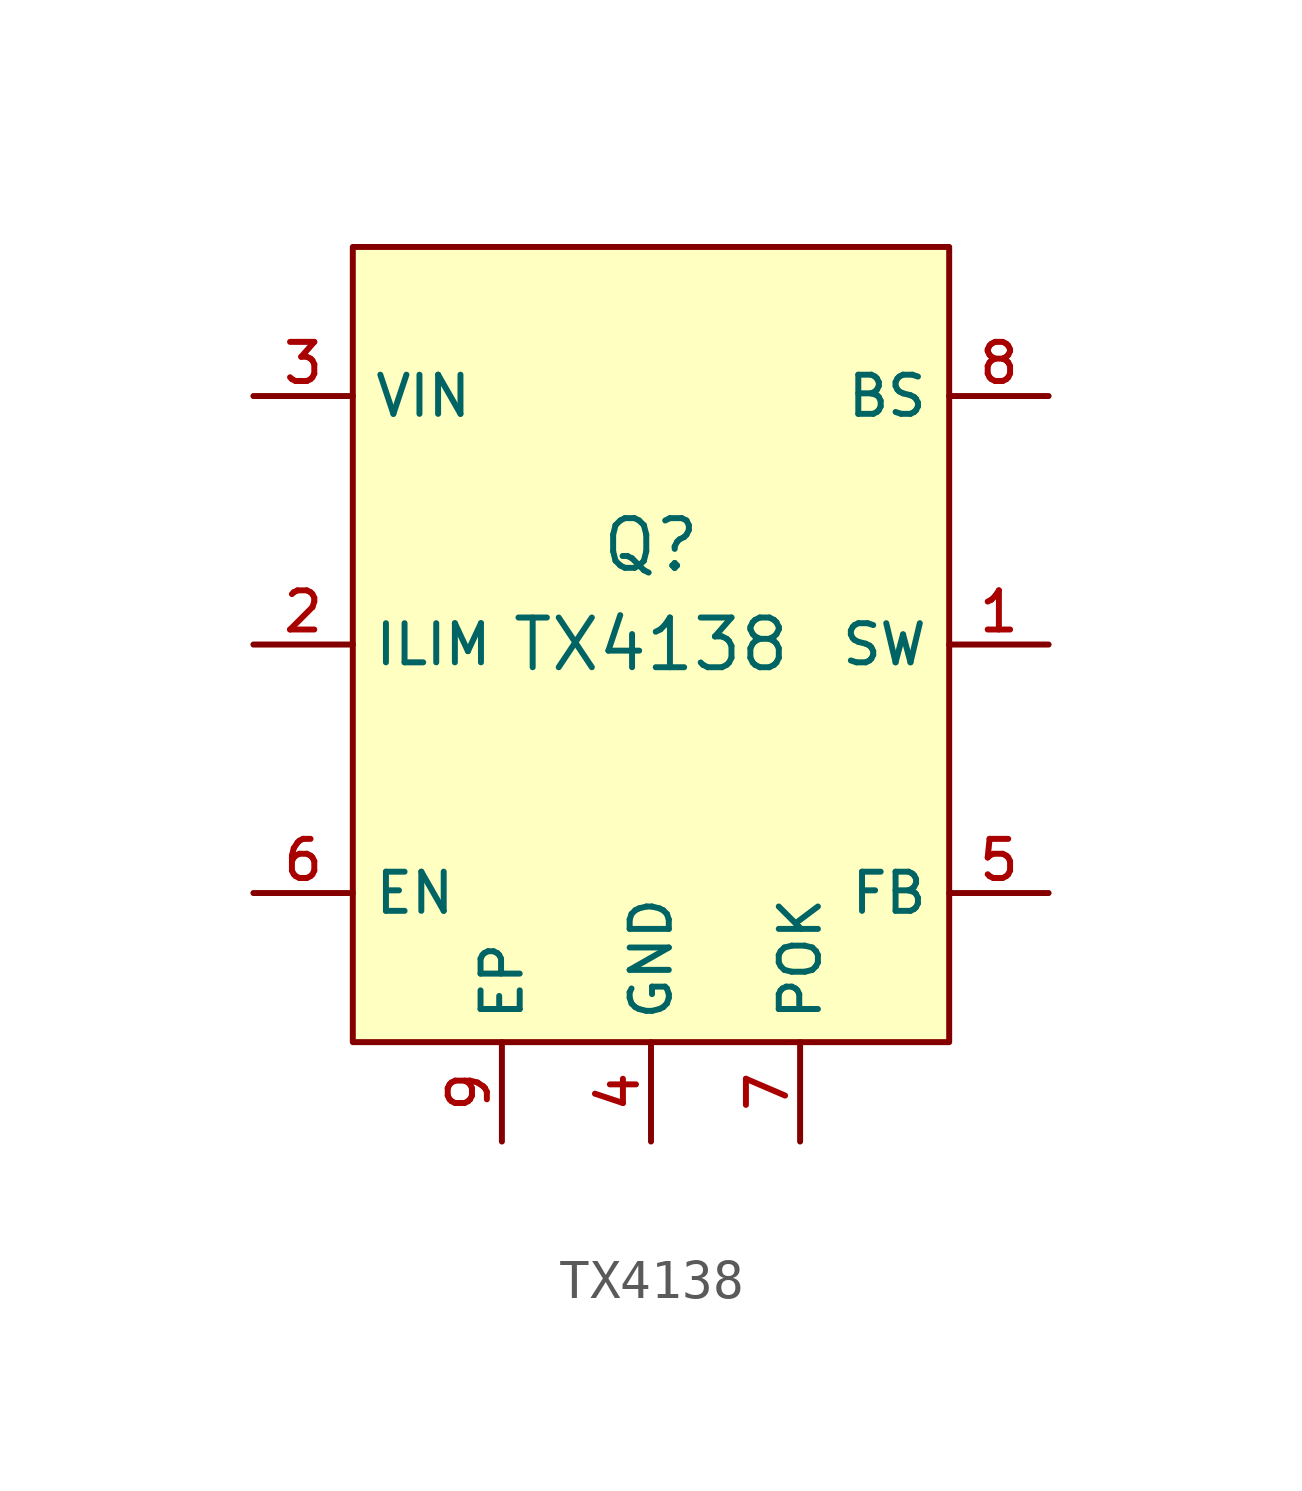
<source format=kicad_sym>
(kicad_symbol_lib
  (version 20231120)
  (generator "kicad_symbol_editor")
  (generator_version "8.0")
  (symbol "TX4138"
    (property "Reference" "Q"
      (at 0 2.54 0)
      (effects (font (size 1.27 1.27))))
    (property "Value" "TX4138"
      (at 0 0 0)
      (effects (font (size 1.27 1.27))))
    (symbol "TX4138_0_1"
      (rectangle (start -7.62 10.16) (end 7.62 -10.16) (stroke (width 0) (type default)) (fill (type background)))
      (pin unspecified line (at 10.16 0 180) (length 2.54) (name "SW" (effects (font (size 1 1)))) (number "1" (effects (font (size 1 1)))))
      (pin unspecified line (at -10.16 0 0) (length 2.54) (name "ILIM" (effects (font (size 1 1)))) (number "2" (effects (font (size 1 1)))))
      (pin unspecified line (at -10.16 6.35 0) (length 2.54) (name "VIN" (effects (font (size 1 1)))) (number "3" (effects (font (size 1 1)))))
      (pin unspecified line (at 0 -12.7 90) (length 2.54) (name "GND" (effects (font (size 1 1)))) (number "4" (effects (font (size 1 1)))))
      (pin unspecified line (at 10.16 -6.35 180) (length 2.54) (name "FB" (effects (font (size 1 1)))) (number "5" (effects (font (size 1 1)))))
      (pin unspecified line (at -10.16 -6.35 0) (length 2.54) (name "EN" (effects (font (size 1 1)))) (number "6" (effects (font (size 1 1)))))
      (pin unspecified line (at 3.81 -12.7 90) (length 2.54) (name "POK" (effects (font (size 1 1)))) (number "7" (effects (font (size 1 1)))))
      (pin unspecified line (at 10.16 6.35 180) (length 2.54) (name "BS" (effects (font (size 1 1)))) (number "8" (effects (font (size 1 1)))))
      (pin unspecified line (at -3.81 -12.7 90) (length 2.54) (name "EP" (effects (font (size 1 1)))) (number "9" (effects (font (size 1 1))))))))
</source>
